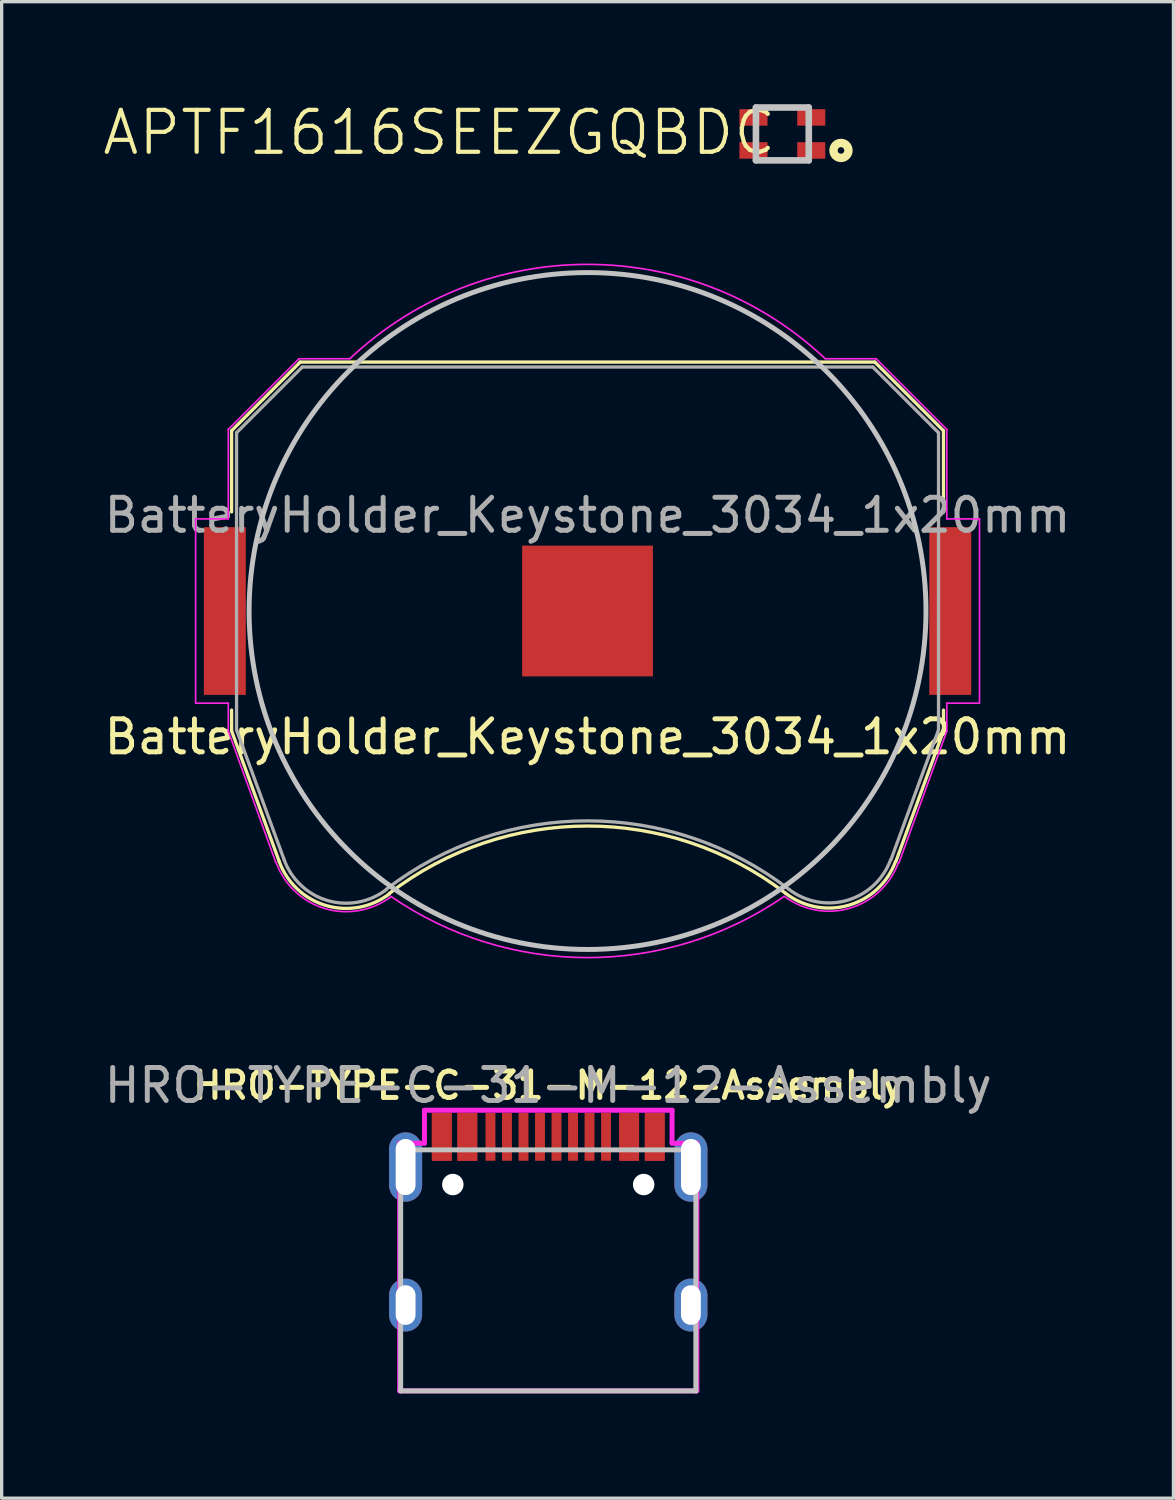
<source format=kicad_pcb>
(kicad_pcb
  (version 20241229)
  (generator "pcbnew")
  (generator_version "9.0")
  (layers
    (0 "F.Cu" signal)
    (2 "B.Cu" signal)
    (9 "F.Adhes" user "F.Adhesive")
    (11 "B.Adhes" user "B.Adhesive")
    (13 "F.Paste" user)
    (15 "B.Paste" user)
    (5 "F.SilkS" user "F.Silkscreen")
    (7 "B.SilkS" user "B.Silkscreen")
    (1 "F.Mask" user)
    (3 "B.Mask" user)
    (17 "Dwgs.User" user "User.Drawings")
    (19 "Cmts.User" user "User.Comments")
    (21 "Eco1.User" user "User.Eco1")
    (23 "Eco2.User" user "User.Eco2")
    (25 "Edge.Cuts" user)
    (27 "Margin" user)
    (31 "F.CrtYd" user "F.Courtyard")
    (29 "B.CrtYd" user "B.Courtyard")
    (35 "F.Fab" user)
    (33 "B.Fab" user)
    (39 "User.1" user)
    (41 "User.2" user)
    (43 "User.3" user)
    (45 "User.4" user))
  (footprint "HRO-TYPE-C-31-M-12-Assembly"
    (layer "F.Cu")
    (at 13.554 39.074)
    (property "Reference" "HRO-TYPE-C-31-M-12-Assembly" (at 0 -9.25 0) (layer "F.SilkS") (effects (font (size 0.8 0.8) (thickness 0.15))))
    (attr smd)
    (fp_line (start -4.47 -7.3) (end 4.47 -7.3) (stroke (width 0.15) (type solid)) (layer "Dwgs.User"))
    (fp_line (start -4.47 0) (end -4.47 -7.3) (stroke (width 0.15) (type solid)) (layer "Dwgs.User"))
    (fp_line (start -4.47 0) (end 4.47 0) (stroke (width 0.15) (type solid)) (layer "Dwgs.User"))
    (fp_line (start 4.47 0) (end 4.47 -7.3) (stroke (width 0.15) (type solid)) (layer "Dwgs.User"))
    (fp_line (start -4.5 -7.5) (end -3.75 -7.5) (stroke (width 0.15) (type solid)) (layer "F.CrtYd"))
    (fp_line (start -4.5 0) (end -4.5 -7.5) (stroke (width 0.15) (type solid)) (layer "F.CrtYd"))
    (fp_line (start -3.75 -8.5) (end 3.75 -8.5) (stroke (width 0.15) (type solid)) (layer "F.CrtYd"))
    (fp_line (start -3.75 -7.5) (end -3.75 -8.5) (stroke (width 0.15) (type solid)) (layer "F.CrtYd"))
    (fp_line (start 3.75 -8.5) (end 3.75 -7.5) (stroke (width 0.15) (type solid)) (layer "F.CrtYd"))
    (fp_line (start 4.5 -7.5) (end 3.75 -7.5) (stroke (width 0.15) (type solid)) (layer "F.CrtYd"))
    (fp_line (start 4.5 -7.5) (end 4.5 0) (stroke (width 0.15) (type solid)) (layer "F.CrtYd"))
    (fp_line (start 4.5 0) (end -4.5 0) (stroke (width 0.15) (type solid)) (layer "F.CrtYd"))
    (fp_text user "${REFERENCE}" (at 0 -9.25 0) (layer "F.Fab") (effects (font (size 1 1) (thickness 0.15))))
    (pad "" np_thru_hole circle (at -2.89 -6.25) (size 0.65 0.65) (drill 0.65) (layers "*.Cu" "*.Mask"))
    (pad "" np_thru_hole circle (at 2.89 -6.25) (size 0.65 0.65) (drill 0.65) (layers "*.Cu" "*.Mask"))
    (pad "A1" smd rect (at -3.225 -7.695) (size 0.6 1.45) (layers "F.Cu" "F.Mask" "F.Paste"))
    (pad "A4" smd rect (at -2.45 -7.695) (size 0.6 1.45) (layers "F.Cu" "F.Mask" "F.Paste"))
    (pad "A5" smd rect (at -1.25 -7.695) (size 0.3 1.45) (layers "F.Cu" "F.Mask" "F.Paste"))
    (pad "A6" smd rect (at -0.25 -7.695) (size 0.3 1.45) (layers "F.Cu" "F.Mask" "F.Paste"))
    (pad "A7" smd rect (at 0.25 -7.695) (size 0.3 1.45) (layers "F.Cu" "F.Mask" "F.Paste"))
    (pad "A8" smd rect (at 1.25 -7.695) (size 0.3 1.45) (layers "F.Cu" "F.Mask" "F.Paste"))
    (pad "A9" smd rect (at 2.45 -7.695) (size 0.6 1.45) (layers "F.Cu" "F.Mask" "F.Paste"))
    (pad "A12" smd rect (at 3.225 -7.695) (size 0.6 1.45) (layers "F.Cu" "F.Mask" "F.Paste"))
    (pad "B1" smd rect (at 3.225 -7.695) (size 0.6 1.45) (layers "F.Cu" "F.Mask" "F.Paste"))
    (pad "B4" smd rect (at 2.45 -7.695) (size 0.6 1.45) (layers "F.Cu" "F.Mask" "F.Paste"))
    (pad "B5" smd rect (at 1.75 -7.695) (size 0.3 1.45) (layers "F.Cu" "F.Mask" "F.Paste"))
    (pad "B6" smd rect (at 0.75 -7.695) (size 0.3 1.45) (layers "F.Cu" "F.Mask" "F.Paste"))
    (pad "B7" smd rect (at -0.75 -7.695) (size 0.3 1.45) (layers "F.Cu" "F.Mask" "F.Paste"))
    (pad "B8" smd rect (at -1.75 -7.695) (size 0.3 1.45) (layers "F.Cu" "F.Mask" "F.Paste"))
    (pad "B9" smd rect (at -2.45 -7.695) (size 0.6 1.45) (layers "F.Cu" "F.Mask" "F.Paste"))
    (pad "B12" smd rect (at -3.225 -7.695) (size 0.6 1.45) (layers "F.Cu" "F.Mask" "F.Paste"))
    (pad "S1" thru_hole oval (at -4.32 -6.78) (size 1 2.1) (drill oval 0.6 1.7) (layers "*.Cu" "*.Mask"))
    (pad "S1" thru_hole oval (at -4.32 -2.6) (size 1 1.6) (drill oval 0.6 1.2) (layers "*.Cu" "*.Mask"))
    (pad "S1" thru_hole oval (at 4.32 -6.78) (size 1 2.1) (drill oval 0.6 1.7) (layers "*.Cu" "*.Mask"))
    (pad "S1" thru_hole oval (at 4.32 -2.6) (size 1 1.6) (drill oval 0.6 1.2) (layers "*.Cu" "*.Mask")))
  (footprint "BatteryHolder_Keystone_3034_1x20mm"
    (layer "F.Cu")
    (at 14.744 15.455)
    (property "Reference" "BatteryHolder_Keystone_3034_1x20mm" (at 0 3.81 0) (layer "F.SilkS") (effects (font (size 1 1) (thickness 0.15))))
    (attr smd)
    (fp_line (start -10.78 -5.46) (end -10.78 -3) (stroke (width 0.1) (type solid)) (layer "F.SilkS"))
    (fp_line (start -10.78 3) (end -10.78 3.63) (stroke (width 0.1) (type solid)) (layer "F.SilkS"))
    (fp_line (start -10.78 3.63) (end -9.34 7.58) (stroke (width 0.1) (type solid)) (layer "F.SilkS"))
    (fp_line (start -8.7 -7.54) (end -10.78 -5.46) (stroke (width 0.1) (type solid)) (layer "F.SilkS"))
    (fp_line (start 8.7 -7.54) (end -8.7 -7.54) (stroke (width 0.1) (type solid)) (layer "F.SilkS"))
    (fp_line (start 8.7 -7.54) (end 10.78 -5.46) (stroke (width 0.1) (type solid)) (layer "F.SilkS"))
    (fp_line (start 10.78 -5.46) (end 10.78 -3) (stroke (width 0.1) (type solid)) (layer "F.SilkS"))
    (fp_line (start 10.78 3) (end 10.78 3.63) (stroke (width 0.1) (type solid)) (layer "F.SilkS"))
    (fp_line (start 10.78 3.63) (end 9.34 7.58) (stroke (width 0.1) (type solid)) (layer "F.SilkS"))
    (fp_arc (start -6.0046 8.553536) (mid -0.002901 6.511341) (end 6 8.55) (stroke (width 0.1) (type solid)) (layer "F.SilkS"))
    (fp_arc (start -6.003354 8.56653) (mid -7.921654 8.918738) (end -9.34 7.58) (stroke (width 0.1) (type solid)) (layer "F.SilkS"))
    (fp_arc (start 9.325243 7.588169) (mid 7.90634 8.911668) (end 6 8.55) (stroke (width 0.1) (type solid)) (layer "F.SilkS"))
    (fp_circle (center 0 0) (end 0 10.25) (stroke (width 0.15) (type solid)) (fill no) (layer "Dwgs.User"))
    (fp_line (start -11.87 -2.79) (end -11.87 2.79) (stroke (width 0.05) (type solid)) (layer "F.CrtYd"))
    (fp_line (start -11.87 2.79) (end -10.88 2.79) (stroke (width 0.05) (type solid)) (layer "F.CrtYd"))
    (fp_line (start -10.88 -5.5) (end -10.88 -2.79) (stroke (width 0.05) (type solid)) (layer "F.CrtYd"))
    (fp_line (start -10.88 -2.79) (end -11.87 -2.79) (stroke (width 0.05) (type solid)) (layer "F.CrtYd"))
    (fp_line (start -10.88 2.79) (end -10.88 3.64) (stroke (width 0.05) (type solid)) (layer "F.CrtYd"))
    (fp_line (start -10.88 3.64) (end -9.44 7.62) (stroke (width 0.05) (type solid)) (layer "F.CrtYd"))
    (fp_line (start -8.74 -7.64) (end -10.88 -5.5) (stroke (width 0.05) (type solid)) (layer "F.CrtYd"))
    (fp_line (start -7.2 -7.64) (end -8.74 -7.64) (stroke (width 0.05) (type solid)) (layer "F.CrtYd"))
    (fp_line (start 8.74 -7.64) (end 7.2 -7.64) (stroke (width 0.05) (type solid)) (layer "F.CrtYd"))
    (fp_line (start 9.43 7.63) (end 10.88 3.64) (stroke (width 0.05) (type solid)) (layer "F.CrtYd"))
    (fp_line (start 10.88 -5.5) (end 8.74 -7.64) (stroke (width 0.05) (type solid)) (layer "F.CrtYd"))
    (fp_line (start 10.88 -2.79) (end 10.88 -5.5) (stroke (width 0.05) (type solid)) (layer "F.CrtYd"))
    (fp_line (start 10.88 2.79) (end 11.87 2.79) (stroke (width 0.05) (type solid)) (layer "F.CrtYd"))
    (fp_line (start 10.88 3.64) (end 10.88 2.79) (stroke (width 0.05) (type solid)) (layer "F.CrtYd"))
    (fp_line (start 11.87 -2.79) (end 10.88 -2.79) (stroke (width 0.05) (type solid)) (layer "F.CrtYd"))
    (fp_line (start 11.87 2.79) (end 11.87 -2.79) (stroke (width 0.05) (type solid)) (layer "F.CrtYd"))
    (fp_arc (start -7.199546 -7.640427) (mid 0.000312 -10.498075) (end 7.2 -7.64) (stroke (width 0.05) (type solid)) (layer "F.CrtYd"))
    (fp_arc (start -5.956965 8.654604) (mid -7.953941 9.011629) (end -9.43 7.62) (stroke (width 0.05) (type solid)) (layer "F.CrtYd"))
    (fp_arc (start 5.945368 8.650075) (mid -0.008883 10.496243) (end -5.96 8.64) (stroke (width 0.05) (type solid)) (layer "F.CrtYd"))
    (fp_arc (start 9.415144 7.621341) (mid 7.944017 9.000493) (end 5.96 8.64) (stroke (width 0.05) (type solid)) (layer "F.CrtYd"))
    (fp_line (start -10.63 -5.4) (end -8.64 -7.39) (stroke (width 0.1) (type solid)) (layer "F.Fab"))
    (fp_line (start -10.63 3.6) (end -10.63 -5.4) (stroke (width 0.1) (type solid)) (layer "F.Fab"))
    (fp_line (start -9.19 7.53) (end -10.63 3.6) (stroke (width 0.1) (type solid)) (layer "F.Fab"))
    (fp_line (start -8.64 -7.39) (end 8.64 -7.39) (stroke (width 0.1) (type solid)) (layer "F.Fab"))
    (fp_line (start 8.64 -7.39) (end 10.63 -5.4) (stroke (width 0.1) (type solid)) (layer "F.Fab"))
    (fp_line (start 10.63 -5.4) (end 10.63 3.6) (stroke (width 0.1) (type solid)) (layer "F.Fab"))
    (fp_line (start 10.63 3.6) (end 9.19 7.53) (stroke (width 0.1) (type solid)) (layer "F.Fab"))
    (fp_arc (start -6.096146 8.438508) (mid -7.87328 8.768206) (end -9.19 7.53) (stroke (width 0.1) (type solid)) (layer "F.Fab"))
    (fp_arc (start -6.094852 8.426043) (mid 0.003247 6.355257) (end 6.1 8.43) (stroke (width 0.1) (type solid)) (layer "F.Fab"))
    (fp_arc (start 9.180727 7.528882) (mid 7.868698 8.760067) (end 6.1 8.43) (stroke (width 0.1) (type solid)) (layer "F.Fab"))
    (fp_text user "${REFERENCE}" (at 0 -2.9 0) (layer "F.Fab") (effects (font (size 1 1) (thickness 0.15))))
    (pad "1" smd rect (at -10.985 0) (size 1.27 5.08) (layers "F.Cu" "F.Mask" "F.Paste"))
    (pad "1" smd rect (at 10.985 0) (size 1.27 5.08) (layers "F.Cu" "F.Mask" "F.Paste"))
    (pad "2" smd rect (at 0 0) (size 3.96 3.96) (layers "F.Cu" "F.Mask" "F.Paste")))
  (footprint "APTF1616SEEZGQBDC"
    (layer "F.Cu")
    (at 20.644 1.006)
    (property "Reference" "APTF1616SEEZGQBDC" (at -10.39 -0.04 0) (layer "F.SilkS") (effects (font (size 1.27 1.27) (thickness 0.127))))
    (attr smd)
    (fp_circle (center 1.775 0.5) (end 1.875 0.5) (stroke (width 0.254) (type solid)) (fill no) (layer "F.SilkS"))
    (fp_line (start -0.8 -0.8) (end -0.8 0.8) (stroke (width 0.2) (type solid)) (layer "Dwgs.User"))
    (fp_line (start -0.8 0.8) (end 0.8 0.8) (stroke (width 0.2) (type solid)) (layer "Dwgs.User"))
    (fp_line (start 0.8 -0.8) (end -0.8 -0.8) (stroke (width 0.2) (type solid)) (layer "Dwgs.User"))
    (fp_line (start 0.8 0.8) (end 0.8 -0.8) (stroke (width 0.2) (type solid)) (layer "Dwgs.User"))
    (pad "1" smd rect (at 0.875 0.5 90) (size 0.5 0.85) (layers "F.Cu" "F.Mask" "F.Paste"))
    (pad "2" smd rect (at -0.875 0.5 90) (size 0.5 0.85) (layers "F.Cu" "F.Mask" "F.Paste"))
    (pad "3" smd rect (at -0.875 -0.5 90) (size 0.5 0.85) (layers "F.Cu" "F.Mask" "F.Paste"))
    (pad "4" smd rect (at 0.875 -0.5 90) (size 0.5 0.85) (layers "F.Cu" "F.Mask" "F.Paste")))
  (gr_rect
    (start -3 -3)
    (end 32.488 42.324)
    (stroke (width 0.1) (type default))
    (fill no)
    (layer "Edge.Cuts")))
</source>
